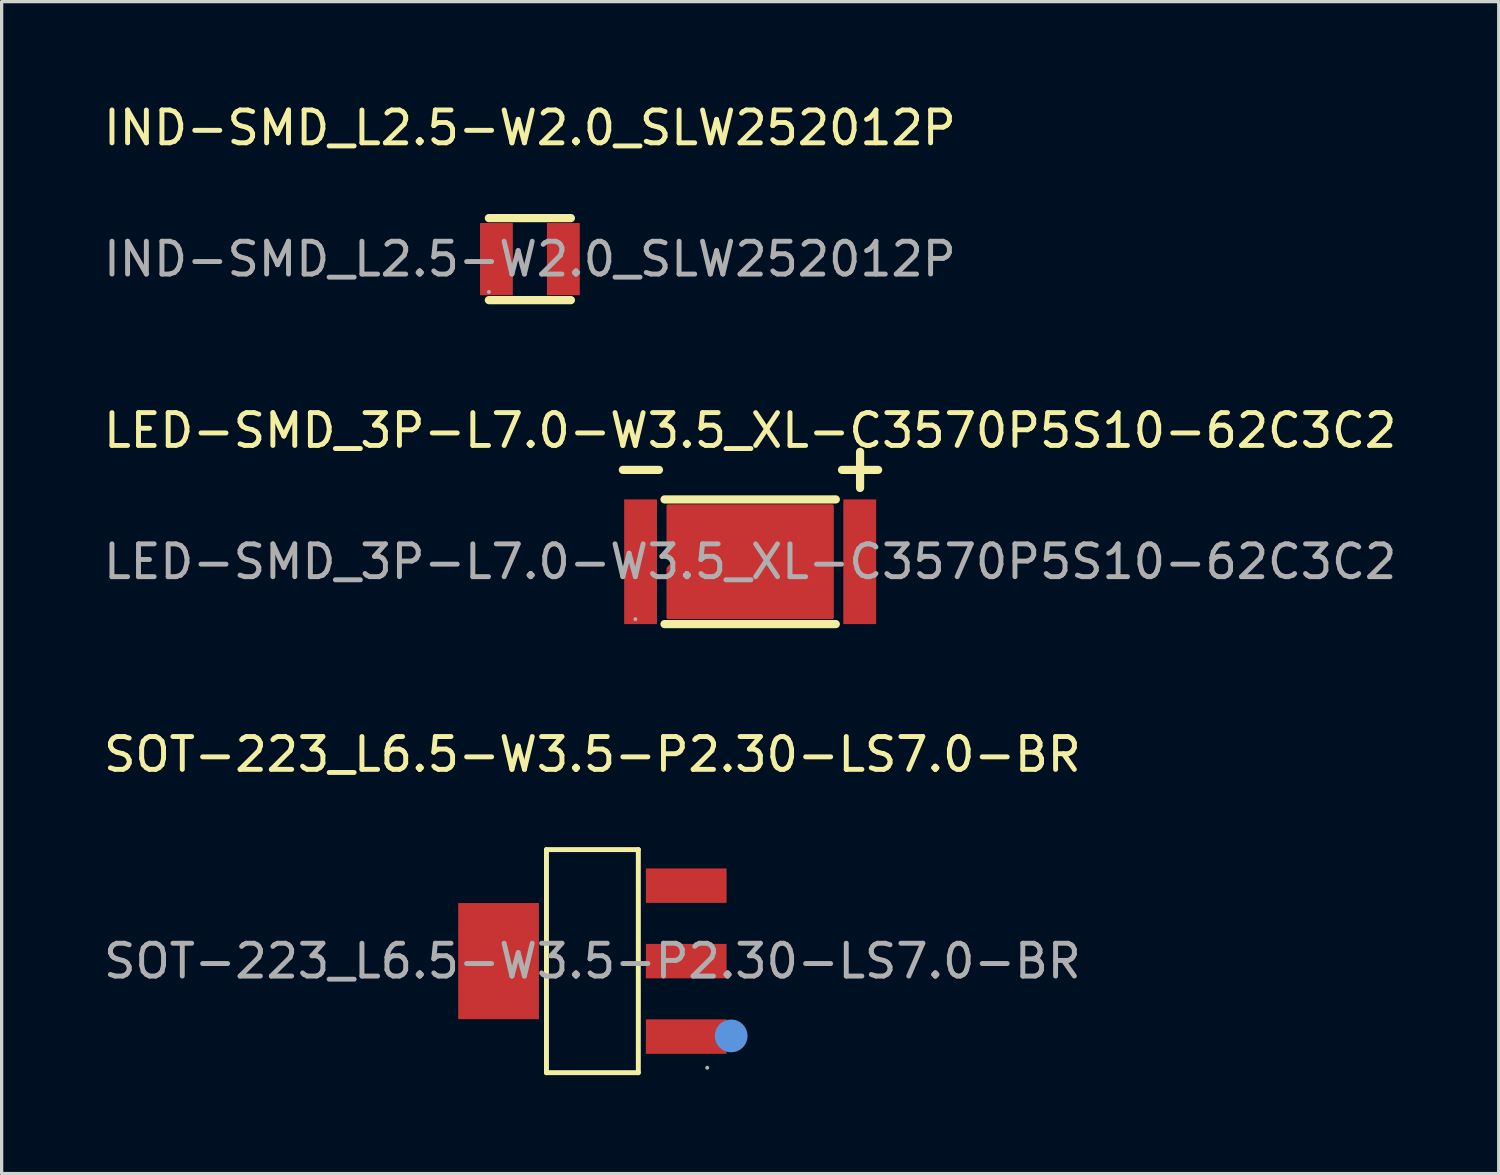
<source format=kicad_pcb>
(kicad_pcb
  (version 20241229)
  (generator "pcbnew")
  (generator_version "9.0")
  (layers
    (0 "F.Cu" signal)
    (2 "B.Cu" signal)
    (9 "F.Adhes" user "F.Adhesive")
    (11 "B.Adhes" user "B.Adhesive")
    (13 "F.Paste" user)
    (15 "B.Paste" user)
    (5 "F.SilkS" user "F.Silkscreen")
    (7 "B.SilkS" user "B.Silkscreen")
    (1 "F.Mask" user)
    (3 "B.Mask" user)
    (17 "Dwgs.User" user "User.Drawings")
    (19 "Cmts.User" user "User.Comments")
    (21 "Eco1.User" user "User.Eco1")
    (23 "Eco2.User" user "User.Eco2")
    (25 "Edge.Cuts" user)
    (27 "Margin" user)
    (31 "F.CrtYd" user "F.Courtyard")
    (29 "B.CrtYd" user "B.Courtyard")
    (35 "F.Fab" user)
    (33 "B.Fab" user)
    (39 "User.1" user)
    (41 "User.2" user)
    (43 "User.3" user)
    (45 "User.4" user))
  (footprint "SOT-223_L6.5-W3.5-P2.30-LS7.0-BR"
    (layer "F.Cu")
    (at 15.006 26.245)
    (property "Reference" "SOT-223_L6.5-W3.5-P2.30-LS7.0-BR" (at 0 -6.3 0) (layer "F.SilkS") (effects (font (size 1 1) (thickness 0.15))))
    (attr smd)
    (fp_line (start -1.4 -3.4) (end 1.4 -3.4) (stroke (width 0.15) (type solid)) (layer "F.SilkS"))
    (fp_line (start -1.4 3.4) (end -1.4 -3.4) (stroke (width 0.15) (type solid)) (layer "F.SilkS"))
    (fp_line (start 1.4 -3.4) (end 1.4 3.4) (stroke (width 0.15) (type solid)) (layer "F.SilkS"))
    (fp_line (start 1.4 3.4) (end -1.4 3.4) (stroke (width 0.15) (type solid)) (layer "F.SilkS"))
    (fp_circle (center 4.23 2.28) (end 4.48 2.28) (stroke (width 0.5) (type solid)) (fill no) (layer "Cmts.User"))
    (fp_circle (center 3.5 3.25) (end 3.53 3.25) (stroke (width 0.06) (type solid)) (fill no) (layer "F.Fab"))
    (fp_text user "${REFERENCE}" (at 0 0 0) (layer "F.Fab") (effects (font (size 1 1) (thickness 0.15))))
    (pad "1" smd rect (at 2.86 2.3) (size 2.46 1.05) (layers "F.Cu" "F.Mask" "F.Paste"))
    (pad "2" smd rect (at 2.86 0) (size 2.46 1.05) (layers "F.Cu" "F.Mask" "F.Paste"))
    (pad "3" smd rect (at 2.86 -2.3) (size 2.46 1.05) (layers "F.Cu" "F.Mask" "F.Paste"))
    (pad "4" smd rect (at -2.86 0) (size 2.46 3.54) (layers "F.Cu" "F.Mask" "F.Paste")))
  (footprint "LED-SMD_3P-L7.0-W3.5_XL-C3570P5S10-62C3C2"
    (layer "F.Cu")
    (at 19.815 14.072)
    (property "Reference" "LED-SMD_3P-L7.0-W3.5_XL-C3570P5S10-62C3C2" (at 0 -4 0) (layer "F.SilkS") (effects (font (size 1 1) (thickness 0.15))))
    (attr smd)
    (fp_line (start -3.88 -2.8) (end -2.78 -2.8) (stroke (width 0.25) (type solid)) (layer "F.SilkS"))
    (fp_line (start -2.61 -1.9) (end 2.61 -1.9) (stroke (width 0.25) (type solid)) (layer "F.SilkS"))
    (fp_line (start -2.61 1.9) (end 2.61 1.9) (stroke (width 0.25) (type solid)) (layer "F.SilkS"))
    (fp_line (start 2.8 -2.8) (end 3.9 -2.8) (stroke (width 0.25) (type solid)) (layer "F.SilkS"))
    (fp_line (start 3.35 -2.25) (end 3.35 -3.35) (stroke (width 0.25) (type solid)) (layer "F.SilkS"))
    (fp_circle (center -3.5 1.75) (end -3.47 1.75) (stroke (width 0.06) (type solid)) (fill no) (layer "F.Fab"))
    (fp_text user "${REFERENCE}" (at 0 0 0) (layer "F.Fab") (effects (font (size 1 1) (thickness 0.15))))
    (pad "1" smd rect (at -3.34 0) (size 1 3.8) (layers "F.Cu" "F.Mask" "F.Paste"))
    (pad "2" smd custom (at 0 0) (size 1 1) (layers "F.Cu" "F.Mask" "F.Paste") (options (anchor circle)) (primitives (gr_poly (pts (xy -2.5 -1.7) (xy 2.5 -1.7) (xy 2.5 1.7) (xy -2.5 1.7) (xy -2.5 0.2) (xy -2.3 0) (xy -2.5 -0.2)) (width 0.1) (fill yes))))
    (pad "3" smd rect (at 3.34 0) (size 1 3.8) (layers "F.Cu" "F.Mask" "F.Paste")))
  (footprint "IND-SMD_L2.5-W2.0_SLW252012P"
    (layer "F.Cu")
    (at 13.101 4.848)
    (property "Reference" "IND-SMD_L2.5-W2.0_SLW252012P" (at 0 -4 0) (layer "F.SilkS") (effects (font (size 1 1) (thickness 0.15))))
    (attr smd)
    (fp_line (start -1.25 -1.25) (end 1.25 -1.25) (stroke (width 0.25) (type solid)) (layer "F.SilkS"))
    (fp_line (start -1.25 1.25) (end 1.25 1.25) (stroke (width 0.25) (type solid)) (layer "F.SilkS"))
    (fp_circle (center -1.25 1) (end -1.22 1) (stroke (width 0.06) (type solid)) (fill no) (layer "F.Fab"))
    (fp_text user "${REFERENCE}" (at 0 0 0) (layer "F.Fab") (effects (font (size 1 1) (thickness 0.15))))
    (pad "1" smd rect (at -1.02 0) (size 1 2.2) (layers "F.Cu" "F.Mask" "F.Paste"))
    (pad "2" smd rect (at 1.02 0) (size 1 2.2) (layers "F.Cu" "F.Mask" "F.Paste")))
  (gr_rect
    (start -3 -3)
    (end 42.631 32.72)
    (stroke (width 0.1) (type default))
    (fill no)
    (layer "Edge.Cuts")))
</source>
